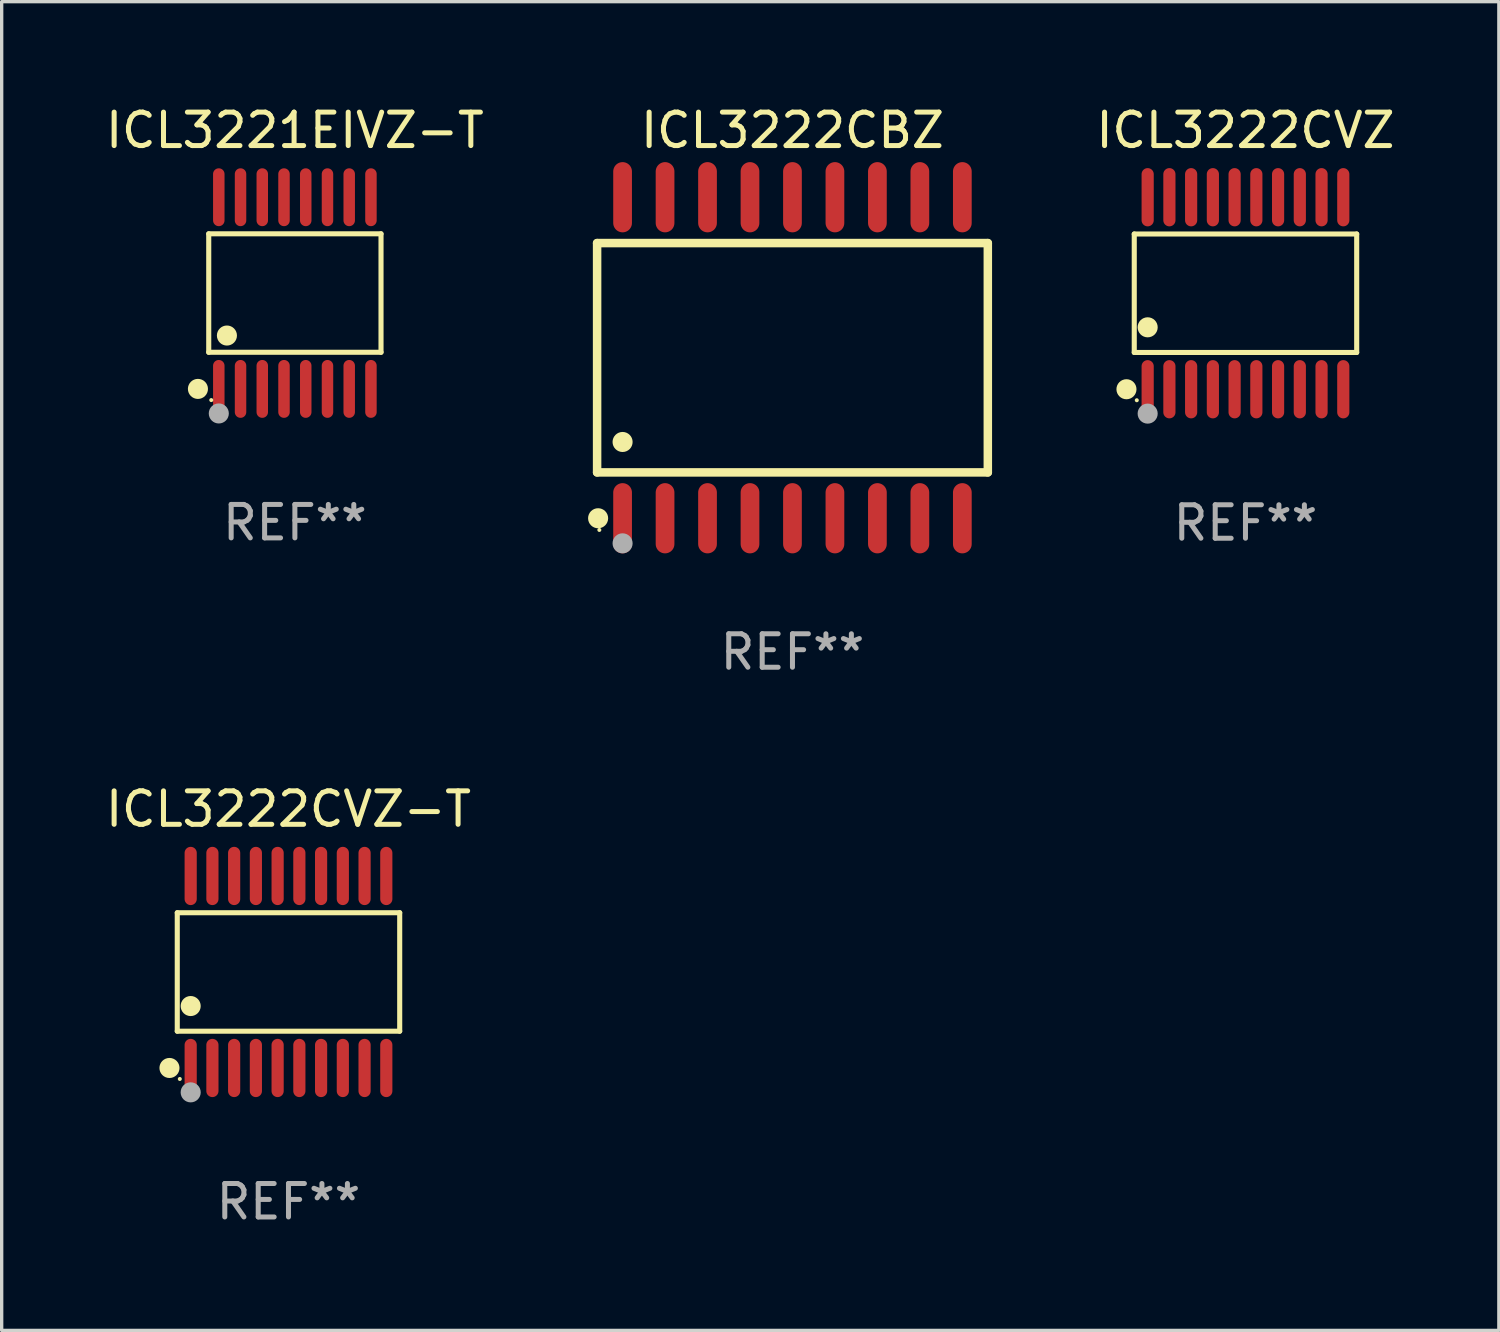
<source format=kicad_pcb>
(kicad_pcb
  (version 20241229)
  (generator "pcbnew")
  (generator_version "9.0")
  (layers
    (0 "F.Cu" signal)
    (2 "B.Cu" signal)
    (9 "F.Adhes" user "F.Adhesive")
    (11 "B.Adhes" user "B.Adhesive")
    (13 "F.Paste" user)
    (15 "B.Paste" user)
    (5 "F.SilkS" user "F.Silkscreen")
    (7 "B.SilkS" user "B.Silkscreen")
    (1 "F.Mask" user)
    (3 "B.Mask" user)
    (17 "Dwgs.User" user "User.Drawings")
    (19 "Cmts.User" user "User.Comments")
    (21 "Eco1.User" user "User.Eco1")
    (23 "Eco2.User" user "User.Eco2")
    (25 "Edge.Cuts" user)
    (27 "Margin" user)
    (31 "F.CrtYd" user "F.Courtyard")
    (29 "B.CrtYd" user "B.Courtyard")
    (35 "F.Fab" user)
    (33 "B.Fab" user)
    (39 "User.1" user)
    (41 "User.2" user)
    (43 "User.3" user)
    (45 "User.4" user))
  (footprint "ICL3222CVZ-T"
    (layer "F.Cu")
    (at 5.577 26.016)
    (property "Reference" "ICL3222CVZ-T" (at 0 -4.871 0) (layer "F.SilkS") (effects (font (size 1 1) (thickness 0.15))))
    (attr through_hole)
    (fp_line (start -3.326 -1.771) (end 3.326 -1.771) (stroke (width 0.152) (type solid)) (layer "F.SilkS"))
    (fp_line (start -3.326 1.771) (end -3.326 -1.771) (stroke (width 0.152) (type solid)) (layer "F.SilkS"))
    (fp_line (start 3.326 -1.771) (end 3.326 1.771) (stroke (width 0.152) (type solid)) (layer "F.SilkS"))
    (fp_line (start 3.326 1.771) (end -3.326 1.771) (stroke (width 0.152) (type solid)) (layer "F.SilkS"))
    (fp_circle (center -3.559 2.871) (end -3.409 2.871) (stroke (width 0.3) (type solid)) (fill no) (layer "F.SilkS"))
    (fp_circle (center -3.25 3.2) (end -3.22 3.2) (stroke (width 0.06) (type solid)) (fill no) (layer "F.SilkS"))
    (fp_circle (center -2.925 1.019) (end -2.775 1.019) (stroke (width 0.3) (type solid)) (fill no) (layer "F.SilkS"))
    (fp_circle (center -2.925 3.6) (end -2.775 3.6) (stroke (width 0.3) (type solid)) (fill no) (layer "F.Fab"))
    (fp_text user "REF**" (at 0 6.871 0) (layer "F.Fab") (effects (font (size 1 1) (thickness 0.15))))
    (pad "1" smd oval (at -2.925 2.871) (size 0.364 1.742) (layers "F.Cu" "F.Mask" "F.Paste"))
    (pad "2" smd oval (at -2.275 2.871) (size 0.364 1.742) (layers "F.Cu" "F.Mask" "F.Paste"))
    (pad "3" smd oval (at -1.625 2.871) (size 0.364 1.742) (layers "F.Cu" "F.Mask" "F.Paste"))
    (pad "4" smd oval (at -0.975 2.871) (size 0.364 1.742) (layers "F.Cu" "F.Mask" "F.Paste"))
    (pad "5" smd oval (at -0.325 2.871) (size 0.364 1.742) (layers "F.Cu" "F.Mask" "F.Paste"))
    (pad "6" smd oval (at 0.325 2.871) (size 0.364 1.742) (layers "F.Cu" "F.Mask" "F.Paste"))
    (pad "7" smd oval (at 0.975 2.871) (size 0.364 1.742) (layers "F.Cu" "F.Mask" "F.Paste"))
    (pad "8" smd oval (at 1.625 2.871) (size 0.364 1.742) (layers "F.Cu" "F.Mask" "F.Paste"))
    (pad "9" smd oval (at 2.275 2.871) (size 0.364 1.742) (layers "F.Cu" "F.Mask" "F.Paste"))
    (pad "10" smd oval (at 2.925 2.871) (size 0.364 1.742) (layers "F.Cu" "F.Mask" "F.Paste"))
    (pad "11" smd oval (at 2.925 -2.871) (size 0.364 1.742) (layers "F.Cu" "F.Mask" "F.Paste"))
    (pad "12" smd oval (at 2.275 -2.871) (size 0.364 1.742) (layers "F.Cu" "F.Mask" "F.Paste"))
    (pad "13" smd oval (at 1.625 -2.871) (size 0.364 1.742) (layers "F.Cu" "F.Mask" "F.Paste"))
    (pad "14" smd oval (at 0.975 -2.871) (size 0.364 1.742) (layers "F.Cu" "F.Mask" "F.Paste"))
    (pad "15" smd oval (at 0.325 -2.871) (size 0.364 1.742) (layers "F.Cu" "F.Mask" "F.Paste"))
    (pad "16" smd oval (at -0.325 -2.871) (size 0.364 1.742) (layers "F.Cu" "F.Mask" "F.Paste"))
    (pad "17" smd oval (at -0.975 -2.871) (size 0.364 1.742) (layers "F.Cu" "F.Mask" "F.Paste"))
    (pad "18" smd oval (at -1.625 -2.871) (size 0.364 1.742) (layers "F.Cu" "F.Mask" "F.Paste"))
    (pad "19" smd oval (at -2.275 -2.871) (size 0.364 1.742) (layers "F.Cu" "F.Mask" "F.Paste"))
    (pad "20" smd oval (at -2.925 -2.871) (size 0.364 1.742) (layers "F.Cu" "F.Mask" "F.Paste")))
  (footprint "ICL3221EIVZ-T"
    (layer "F.Cu")
    (at 5.768 5.714)
    (property "Reference" "ICL3221EIVZ-T" (at 0 -4.866 0) (layer "F.SilkS") (effects (font (size 1 1) (thickness 0.15))))
    (attr through_hole)
    (fp_line (start -2.576 -1.772) (end 2.576 -1.772) (stroke (width 0.152) (type solid)) (layer "F.SilkS"))
    (fp_line (start -2.576 1.771) (end -2.576 -1.772) (stroke (width 0.152) (type solid)) (layer "F.SilkS"))
    (fp_line (start 2.576 -1.772) (end 2.576 1.771) (stroke (width 0.152) (type solid)) (layer "F.SilkS"))
    (fp_line (start 2.576 1.771) (end -2.576 1.771) (stroke (width 0.152) (type solid)) (layer "F.SilkS"))
    (fp_circle (center -2.899 2.866) (end -2.749 2.866) (stroke (width 0.3) (type solid)) (fill no) (layer "F.SilkS"))
    (fp_circle (center -2.5 3.2) (end -2.47 3.2) (stroke (width 0.06) (type solid)) (fill no) (layer "F.SilkS"))
    (fp_circle (center -2.032 1.27) (end -1.882 1.27) (stroke (width 0.3) (type solid)) (fill no) (layer "F.SilkS"))
    (fp_circle (center -2.275 3.6) (end -2.125 3.6) (stroke (width 0.3) (type solid)) (fill no) (layer "F.Fab"))
    (fp_text user "REF**" (at 0 6.866 0) (layer "F.Fab") (effects (font (size 1 1) (thickness 0.15))))
    (pad "1" smd oval (at -2.275 2.866) (size 0.343 1.731) (layers "F.Cu" "F.Mask" "F.Paste"))
    (pad "2" smd oval (at -1.625 2.866) (size 0.343 1.731) (layers "F.Cu" "F.Mask" "F.Paste"))
    (pad "3" smd oval (at -0.975 2.866) (size 0.343 1.731) (layers "F.Cu" "F.Mask" "F.Paste"))
    (pad "4" smd oval (at -0.325 2.866) (size 0.343 1.731) (layers "F.Cu" "F.Mask" "F.Paste"))
    (pad "5" smd oval (at 0.325 2.866) (size 0.343 1.731) (layers "F.Cu" "F.Mask" "F.Paste"))
    (pad "6" smd oval (at 0.975 2.866) (size 0.343 1.731) (layers "F.Cu" "F.Mask" "F.Paste"))
    (pad "7" smd oval (at 1.625 2.866) (size 0.343 1.731) (layers "F.Cu" "F.Mask" "F.Paste"))
    (pad "8" smd oval (at 2.275 2.866) (size 0.343 1.731) (layers "F.Cu" "F.Mask" "F.Paste"))
    (pad "9" smd oval (at 2.275 -2.866) (size 0.343 1.731) (layers "F.Cu" "F.Mask" "F.Paste"))
    (pad "10" smd oval (at 1.625 -2.866) (size 0.343 1.731) (layers "F.Cu" "F.Mask" "F.Paste"))
    (pad "11" smd oval (at 0.975 -2.866) (size 0.343 1.731) (layers "F.Cu" "F.Mask" "F.Paste"))
    (pad "12" smd oval (at 0.325 -2.866) (size 0.343 1.731) (layers "F.Cu" "F.Mask" "F.Paste"))
    (pad "13" smd oval (at -0.325 -2.866) (size 0.343 1.731) (layers "F.Cu" "F.Mask" "F.Paste"))
    (pad "14" smd oval (at -0.975 -2.866) (size 0.343 1.731) (layers "F.Cu" "F.Mask" "F.Paste"))
    (pad "15" smd oval (at -1.625 -2.866) (size 0.343 1.731) (layers "F.Cu" "F.Mask" "F.Paste"))
    (pad "16" smd oval (at -2.275 -2.866) (size 0.343 1.731) (layers "F.Cu" "F.Mask" "F.Paste")))
  (footprint "ICL3222CVZ"
    (layer "F.Cu")
    (at 34.195 5.719)
    (property "Reference" "ICL3222CVZ" (at 0 -4.871 0) (layer "F.SilkS") (effects (font (size 1 1) (thickness 0.15))))
    (attr through_hole)
    (fp_line (start -3.326 -1.771) (end 3.326 -1.771) (stroke (width 0.152) (type solid)) (layer "F.SilkS"))
    (fp_line (start -3.326 1.771) (end -3.326 -1.771) (stroke (width 0.152) (type solid)) (layer "F.SilkS"))
    (fp_line (start 3.326 -1.771) (end 3.326 1.771) (stroke (width 0.152) (type solid)) (layer "F.SilkS"))
    (fp_line (start 3.326 1.771) (end -3.326 1.771) (stroke (width 0.152) (type solid)) (layer "F.SilkS"))
    (fp_circle (center -3.559 2.871) (end -3.409 2.871) (stroke (width 0.3) (type solid)) (fill no) (layer "F.SilkS"))
    (fp_circle (center -3.25 3.2) (end -3.22 3.2) (stroke (width 0.06) (type solid)) (fill no) (layer "F.SilkS"))
    (fp_circle (center -2.925 1.019) (end -2.775 1.019) (stroke (width 0.3) (type solid)) (fill no) (layer "F.SilkS"))
    (fp_circle (center -2.925 3.6) (end -2.775 3.6) (stroke (width 0.3) (type solid)) (fill no) (layer "F.Fab"))
    (fp_text user "REF**" (at 0 6.871 0) (layer "F.Fab") (effects (font (size 1 1) (thickness 0.15))))
    (pad "1" smd oval (at -2.925 2.871) (size 0.364 1.742) (layers "F.Cu" "F.Mask" "F.Paste"))
    (pad "2" smd oval (at -2.275 2.871) (size 0.364 1.742) (layers "F.Cu" "F.Mask" "F.Paste"))
    (pad "3" smd oval (at -1.625 2.871) (size 0.364 1.742) (layers "F.Cu" "F.Mask" "F.Paste"))
    (pad "4" smd oval (at -0.975 2.871) (size 0.364 1.742) (layers "F.Cu" "F.Mask" "F.Paste"))
    (pad "5" smd oval (at -0.325 2.871) (size 0.364 1.742) (layers "F.Cu" "F.Mask" "F.Paste"))
    (pad "6" smd oval (at 0.325 2.871) (size 0.364 1.742) (layers "F.Cu" "F.Mask" "F.Paste"))
    (pad "7" smd oval (at 0.975 2.871) (size 0.364 1.742) (layers "F.Cu" "F.Mask" "F.Paste"))
    (pad "8" smd oval (at 1.625 2.871) (size 0.364 1.742) (layers "F.Cu" "F.Mask" "F.Paste"))
    (pad "9" smd oval (at 2.275 2.871) (size 0.364 1.742) (layers "F.Cu" "F.Mask" "F.Paste"))
    (pad "10" smd oval (at 2.925 2.871) (size 0.364 1.742) (layers "F.Cu" "F.Mask" "F.Paste"))
    (pad "11" smd oval (at 2.925 -2.871) (size 0.364 1.742) (layers "F.Cu" "F.Mask" "F.Paste"))
    (pad "12" smd oval (at 2.275 -2.871) (size 0.364 1.742) (layers "F.Cu" "F.Mask" "F.Paste"))
    (pad "13" smd oval (at 1.625 -2.871) (size 0.364 1.742) (layers "F.Cu" "F.Mask" "F.Paste"))
    (pad "14" smd oval (at 0.975 -2.871) (size 0.364 1.742) (layers "F.Cu" "F.Mask" "F.Paste"))
    (pad "15" smd oval (at 0.325 -2.871) (size 0.364 1.742) (layers "F.Cu" "F.Mask" "F.Paste"))
    (pad "16" smd oval (at -0.325 -2.871) (size 0.364 1.742) (layers "F.Cu" "F.Mask" "F.Paste"))
    (pad "17" smd oval (at -0.975 -2.871) (size 0.364 1.742) (layers "F.Cu" "F.Mask" "F.Paste"))
    (pad "18" smd oval (at -1.625 -2.871) (size 0.364 1.742) (layers "F.Cu" "F.Mask" "F.Paste"))
    (pad "19" smd oval (at -2.275 -2.871) (size 0.364 1.742) (layers "F.Cu" "F.Mask" "F.Paste"))
    (pad "20" smd oval (at -2.925 -2.871) (size 0.364 1.742) (layers "F.Cu" "F.Mask" "F.Paste")))
  (footprint "ICL3222CBZ"
    (layer "F.Cu")
    (at 20.648 7.648)
    (property "Reference" "ICL3222CBZ" (at 0 -6.8 0) (layer "F.SilkS") (effects (font (size 1 1) (thickness 0.15))))
    (attr through_hole)
    (fp_line (start -5.842 -3.429) (end -5.842 3.429) (stroke (width 0.254) (type solid)) (layer "F.SilkS"))
    (fp_line (start -5.842 3.429) (end 5.842 3.429) (stroke (width 0.254) (type solid)) (layer "F.SilkS"))
    (fp_line (start 5.842 -3.429) (end -5.842 -3.429) (stroke (width 0.254) (type solid)) (layer "F.SilkS"))
    (fp_line (start 5.842 3.429) (end 5.842 -3.429) (stroke (width 0.254) (type solid)) (layer "F.SilkS"))
    (fp_circle (center -5.812 4.8) (end -5.662 4.8) (stroke (width 0.3) (type solid)) (fill no) (layer "F.SilkS"))
    (fp_circle (center -5.775 5.15) (end -5.745 5.15) (stroke (width 0.06) (type solid)) (fill no) (layer "F.SilkS"))
    (fp_circle (center -5.08 2.519) (end -4.93 2.519) (stroke (width 0.3) (type solid)) (fill no) (layer "F.SilkS"))
    (fp_circle (center -5.08 5.55) (end -4.93 5.55) (stroke (width 0.3) (type solid)) (fill no) (layer "F.Fab"))
    (fp_text user "REF**" (at 0 8.8 0) (layer "F.Fab") (effects (font (size 1 1) (thickness 0.15))))
    (pad "1" smd oval (at -5.08 4.8) (size 0.56 2.1) (layers "F.Cu" "F.Mask" "F.Paste"))
    (pad "2" smd oval (at -3.81 4.8) (size 0.56 2.1) (layers "F.Cu" "F.Mask" "F.Paste"))
    (pad "3" smd oval (at -2.54 4.8) (size 0.56 2.1) (layers "F.Cu" "F.Mask" "F.Paste"))
    (pad "4" smd oval (at -1.27 4.8) (size 0.56 2.1) (layers "F.Cu" "F.Mask" "F.Paste"))
    (pad "5" smd oval (at 0 4.8) (size 0.56 2.1) (layers "F.Cu" "F.Mask" "F.Paste"))
    (pad "6" smd oval (at 1.27 4.8) (size 0.56 2.1) (layers "F.Cu" "F.Mask" "F.Paste"))
    (pad "7" smd oval (at 2.54 4.8) (size 0.56 2.1) (layers "F.Cu" "F.Mask" "F.Paste"))
    (pad "8" smd oval (at 3.81 4.8) (size 0.56 2.1) (layers "F.Cu" "F.Mask" "F.Paste"))
    (pad "9" smd oval (at 5.08 4.8) (size 0.56 2.1) (layers "F.Cu" "F.Mask" "F.Paste"))
    (pad "10" smd oval (at 5.08 -4.8) (size 0.56 2.1) (layers "F.Cu" "F.Mask" "F.Paste"))
    (pad "11" smd oval (at 3.81 -4.8) (size 0.56 2.1) (layers "F.Cu" "F.Mask" "F.Paste"))
    (pad "12" smd oval (at 2.54 -4.8) (size 0.56 2.1) (layers "F.Cu" "F.Mask" "F.Paste"))
    (pad "13" smd oval (at 1.27 -4.8) (size 0.56 2.1) (layers "F.Cu" "F.Mask" "F.Paste"))
    (pad "14" smd oval (at 0 -4.8) (size 0.56 2.1) (layers "F.Cu" "F.Mask" "F.Paste"))
    (pad "15" smd oval (at -1.27 -4.8) (size 0.56 2.1) (layers "F.Cu" "F.Mask" "F.Paste"))
    (pad "16" smd oval (at -2.54 -4.8) (size 0.56 2.1) (layers "F.Cu" "F.Mask" "F.Paste"))
    (pad "17" smd oval (at -3.81 -4.8) (size 0.56 2.1) (layers "F.Cu" "F.Mask" "F.Paste"))
    (pad "18" smd oval (at -5.08 -4.8) (size 0.56 2.1) (layers "F.Cu" "F.Mask" "F.Paste")))
  (gr_rect
    (start -3 -3)
    (end 41.772 36.735)
    (stroke (width 0.1) (type default))
    (fill no)
    (layer "Edge.Cuts")))
</source>
